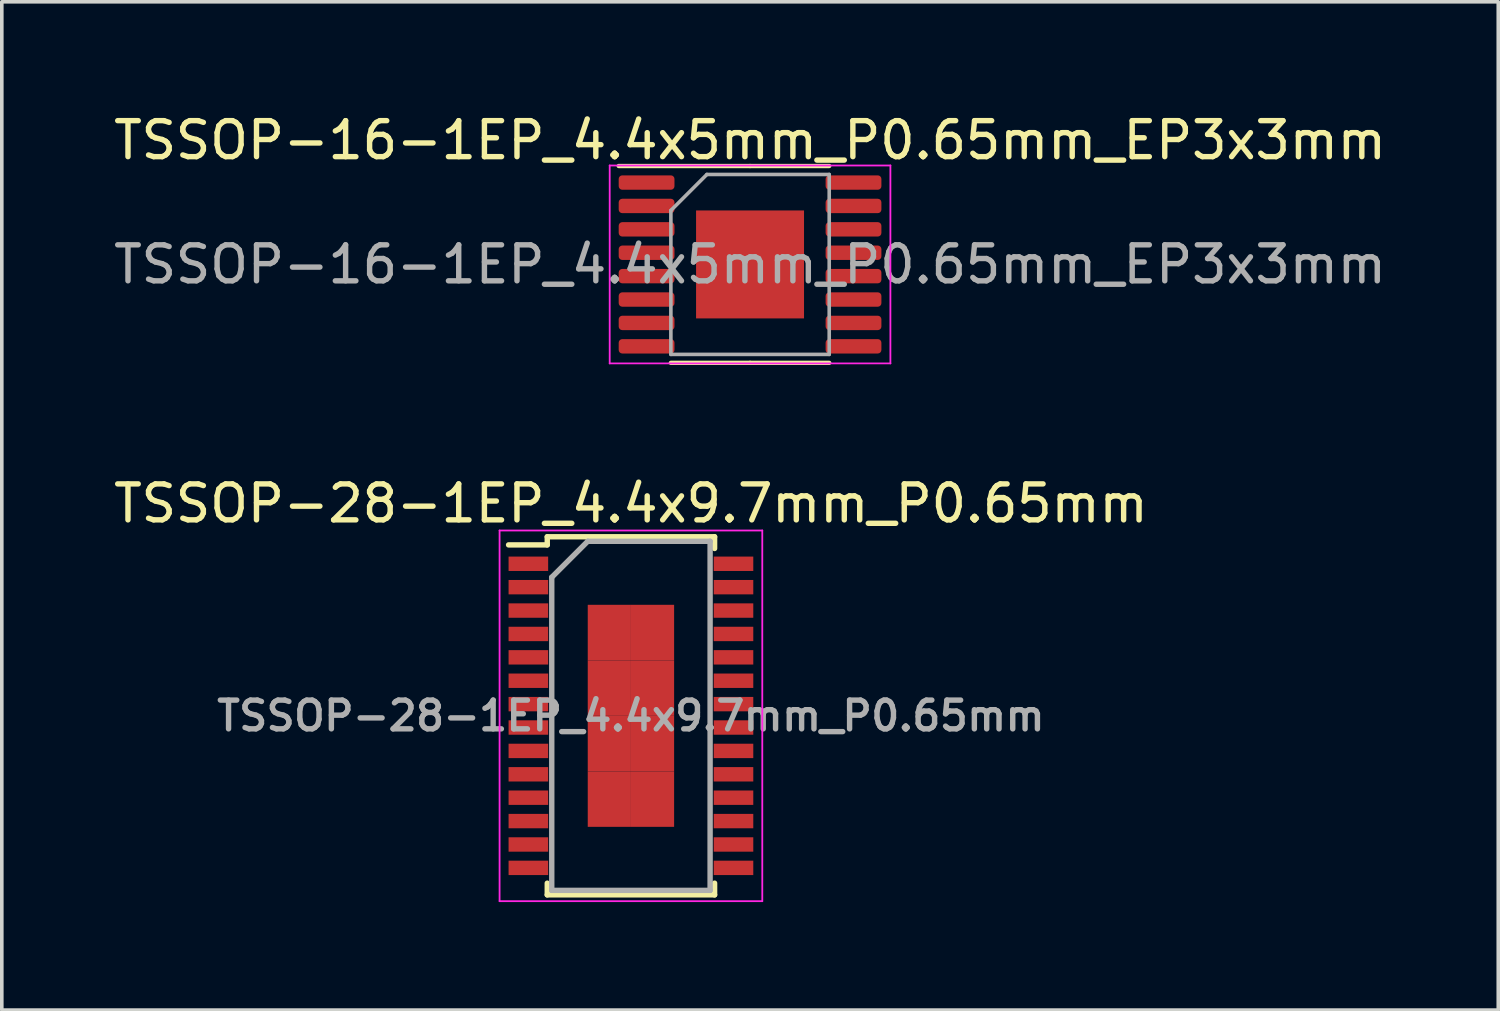
<source format=kicad_pcb>
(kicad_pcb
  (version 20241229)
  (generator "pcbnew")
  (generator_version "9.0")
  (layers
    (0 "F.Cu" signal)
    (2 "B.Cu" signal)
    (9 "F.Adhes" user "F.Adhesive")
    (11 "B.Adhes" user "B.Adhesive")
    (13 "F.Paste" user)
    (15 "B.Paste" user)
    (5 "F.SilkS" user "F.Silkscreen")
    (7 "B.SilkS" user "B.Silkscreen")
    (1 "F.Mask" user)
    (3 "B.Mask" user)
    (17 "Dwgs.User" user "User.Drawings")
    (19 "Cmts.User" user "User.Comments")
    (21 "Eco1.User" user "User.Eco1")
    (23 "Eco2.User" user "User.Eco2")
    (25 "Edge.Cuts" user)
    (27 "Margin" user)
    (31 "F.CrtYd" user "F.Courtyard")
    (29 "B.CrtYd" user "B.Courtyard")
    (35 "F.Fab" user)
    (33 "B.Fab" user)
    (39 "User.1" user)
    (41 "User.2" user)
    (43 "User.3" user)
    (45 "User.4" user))
  (footprint "TSSOP-28-1EP_4.4x9.7mm_P0.65mm"
    (layer "F.Cu")
    (at 14.482 16.841)
    (property "Reference" "TSSOP-28-1EP_4.4x9.7mm_P0.65mm" (at 0 -5.9 0) (layer "F.SilkS") (effects (font (size 1 1) (thickness 0.15))))
    (attr smd)
    (fp_line (start -2.325 -4.975) (end -2.325 -4.75) (stroke (width 0.15) (type solid)) (layer "F.SilkS"))
    (fp_line (start -2.325 -4.975) (end 2.325 -4.975) (stroke (width 0.15) (type solid)) (layer "F.SilkS"))
    (fp_line (start -2.325 -4.75) (end -3.4 -4.75) (stroke (width 0.15) (type solid)) (layer "F.SilkS"))
    (fp_line (start -2.325 4.975) (end -2.325 4.65) (stroke (width 0.15) (type solid)) (layer "F.SilkS"))
    (fp_line (start -2.325 4.975) (end 2.325 4.975) (stroke (width 0.15) (type solid)) (layer "F.SilkS"))
    (fp_line (start 2.325 -4.975) (end 2.325 -4.65) (stroke (width 0.15) (type solid)) (layer "F.SilkS"))
    (fp_line (start 2.325 4.975) (end 2.325 4.65) (stroke (width 0.15) (type solid)) (layer "F.SilkS"))
    (fp_line (start -3.65 -5.15) (end -3.65 5.15) (stroke (width 0.05) (type solid)) (layer "F.CrtYd"))
    (fp_line (start -3.65 -5.15) (end 3.65 -5.15) (stroke (width 0.05) (type solid)) (layer "F.CrtYd"))
    (fp_line (start -3.65 5.15) (end 3.65 5.15) (stroke (width 0.05) (type solid)) (layer "F.CrtYd"))
    (fp_line (start 3.65 -5.15) (end 3.65 5.15) (stroke (width 0.05) (type solid)) (layer "F.CrtYd"))
    (fp_line (start -2.2 -3.85) (end -1.2 -4.85) (stroke (width 0.15) (type solid)) (layer "F.Fab"))
    (fp_line (start -2.2 4.85) (end -2.2 -3.85) (stroke (width 0.15) (type solid)) (layer "F.Fab"))
    (fp_line (start -1.2 -4.85) (end 2.2 -4.85) (stroke (width 0.15) (type solid)) (layer "F.Fab"))
    (fp_line (start 2.2 -4.85) (end 2.2 4.85) (stroke (width 0.15) (type solid)) (layer "F.Fab"))
    (fp_line (start 2.2 4.85) (end -2.2 4.85) (stroke (width 0.15) (type solid)) (layer "F.Fab"))
    (fp_text user "${REFERENCE}" (at 0 0 0) (layer "F.Fab") (effects (font (size 0.8 0.8) (thickness 0.15))))
    (pad "1" smd rect (at -2.85 -4.225) (size 1.1 0.4) (layers "F.Cu" "F.Mask" "F.Paste"))
    (pad "2" smd rect (at -2.85 -3.575) (size 1.1 0.4) (layers "F.Cu" "F.Mask" "F.Paste"))
    (pad "3" smd rect (at -2.85 -2.925) (size 1.1 0.4) (layers "F.Cu" "F.Mask" "F.Paste"))
    (pad "4" smd rect (at -2.85 -2.275) (size 1.1 0.4) (layers "F.Cu" "F.Mask" "F.Paste"))
    (pad "5" smd rect (at -2.85 -1.625) (size 1.1 0.4) (layers "F.Cu" "F.Mask" "F.Paste"))
    (pad "6" smd rect (at -2.85 -0.975) (size 1.1 0.4) (layers "F.Cu" "F.Mask" "F.Paste"))
    (pad "7" smd rect (at -2.85 -0.325) (size 1.1 0.4) (layers "F.Cu" "F.Mask" "F.Paste"))
    (pad "8" smd rect (at -2.85 0.325) (size 1.1 0.4) (layers "F.Cu" "F.Mask" "F.Paste"))
    (pad "9" smd rect (at -2.85 0.975) (size 1.1 0.4) (layers "F.Cu" "F.Mask" "F.Paste"))
    (pad "10" smd rect (at -2.85 1.625) (size 1.1 0.4) (layers "F.Cu" "F.Mask" "F.Paste"))
    (pad "11" smd rect (at -2.85 2.275) (size 1.1 0.4) (layers "F.Cu" "F.Mask" "F.Paste"))
    (pad "12" smd rect (at -2.85 2.925) (size 1.1 0.4) (layers "F.Cu" "F.Mask" "F.Paste"))
    (pad "13" smd rect (at -2.85 3.575) (size 1.1 0.4) (layers "F.Cu" "F.Mask" "F.Paste"))
    (pad "14" smd rect (at -2.85 4.225) (size 1.1 0.4) (layers "F.Cu" "F.Mask" "F.Paste"))
    (pad "15" smd rect (at 2.85 4.225) (size 1.1 0.4) (layers "F.Cu" "F.Mask" "F.Paste"))
    (pad "16" smd rect (at 2.85 3.575) (size 1.1 0.4) (layers "F.Cu" "F.Mask" "F.Paste"))
    (pad "17" smd rect (at 2.85 2.925) (size 1.1 0.4) (layers "F.Cu" "F.Mask" "F.Paste"))
    (pad "18" smd rect (at 2.85 2.275) (size 1.1 0.4) (layers "F.Cu" "F.Mask" "F.Paste"))
    (pad "19" smd rect (at 2.85 1.625) (size 1.1 0.4) (layers "F.Cu" "F.Mask" "F.Paste"))
    (pad "20" smd rect (at 2.85 0.975) (size 1.1 0.4) (layers "F.Cu" "F.Mask" "F.Paste"))
    (pad "21" smd rect (at 2.85 0.325) (size 1.1 0.4) (layers "F.Cu" "F.Mask" "F.Paste"))
    (pad "22" smd rect (at 2.85 -0.325) (size 1.1 0.4) (layers "F.Cu" "F.Mask" "F.Paste"))
    (pad "23" smd rect (at 2.85 -0.975) (size 1.1 0.4) (layers "F.Cu" "F.Mask" "F.Paste"))
    (pad "24" smd rect (at 2.85 -1.625) (size 1.1 0.4) (layers "F.Cu" "F.Mask" "F.Paste"))
    (pad "25" smd rect (at 2.85 -2.275) (size 1.1 0.4) (layers "F.Cu" "F.Mask" "F.Paste"))
    (pad "26" smd rect (at 2.85 -2.925) (size 1.1 0.4) (layers "F.Cu" "F.Mask" "F.Paste"))
    (pad "27" smd rect (at 2.85 -3.575) (size 1.1 0.4) (layers "F.Cu" "F.Mask" "F.Paste"))
    (pad "28" smd rect (at 2.85 -4.225) (size 1.1 0.4) (layers "F.Cu" "F.Mask" "F.Paste"))
    (pad "29" smd rect (at -0.6 -2.314) (size 1.2 1.542) (layers "F.Cu" "F.Mask" "F.Paste"))
    (pad "29" smd rect (at -0.6 -0.771) (size 1.2 1.542) (layers "F.Cu" "F.Mask" "F.Paste"))
    (pad "29" smd rect (at -0.6 0.771) (size 1.2 1.542) (layers "F.Cu" "F.Mask" "F.Paste"))
    (pad "29" smd rect (at -0.6 2.314) (size 1.2 1.542) (layers "F.Cu" "F.Mask" "F.Paste"))
    (pad "29" smd rect (at 0.6 -2.314) (size 1.2 1.542) (layers "F.Cu" "F.Mask" "F.Paste"))
    (pad "29" smd rect (at 0.6 -0.771) (size 1.2 1.542) (layers "F.Cu" "F.Mask" "F.Paste"))
    (pad "29" smd rect (at 0.6 0.771) (size 1.2 1.542) (layers "F.Cu" "F.Mask" "F.Paste"))
    (pad "29" smd rect (at 0.6 2.314) (size 1.2 1.542) (layers "F.Cu" "F.Mask" "F.Paste")))
  (footprint "TSSOP-16-1EP_4.4x5mm_P0.65mm_EP3x3mm"
    (layer "F.Cu")
    (at 17.792 4.298)
    (property "Reference" "TSSOP-16-1EP_4.4x5mm_P0.65mm_EP3x3mm" (at 0 -3.45 0) (layer "F.SilkS") (effects (font (size 1 1) (thickness 0.15))))
    (attr smd)
    (fp_line (start 0 -2.735) (end -3.65 -2.735) (stroke (width 0.12) (type solid)) (layer "F.SilkS"))
    (fp_line (start 0 -2.735) (end 2.2 -2.735) (stroke (width 0.12) (type solid)) (layer "F.SilkS"))
    (fp_line (start 0 2.735) (end -2.2 2.735) (stroke (width 0.12) (type solid)) (layer "F.SilkS"))
    (fp_line (start 0 2.735) (end 2.2 2.735) (stroke (width 0.12) (type solid)) (layer "F.SilkS"))
    (fp_line (start -3.9 -2.75) (end -3.9 2.75) (stroke (width 0.05) (type solid)) (layer "F.CrtYd"))
    (fp_line (start -3.9 2.75) (end 3.9 2.75) (stroke (width 0.05) (type solid)) (layer "F.CrtYd"))
    (fp_line (start 3.9 -2.75) (end -3.9 -2.75) (stroke (width 0.05) (type solid)) (layer "F.CrtYd"))
    (fp_line (start 3.9 2.75) (end 3.9 -2.75) (stroke (width 0.05) (type solid)) (layer "F.CrtYd"))
    (fp_line (start -2.2 -1.5) (end -1.2 -2.5) (stroke (width 0.1) (type solid)) (layer "F.Fab"))
    (fp_line (start -2.2 2.5) (end -2.2 -1.5) (stroke (width 0.1) (type solid)) (layer "F.Fab"))
    (fp_line (start -1.2 -2.5) (end 2.2 -2.5) (stroke (width 0.1) (type solid)) (layer "F.Fab"))
    (fp_line (start 2.2 -2.5) (end 2.2 2.5) (stroke (width 0.1) (type solid)) (layer "F.Fab"))
    (fp_line (start 2.2 2.5) (end -2.2 2.5) (stroke (width 0.1) (type solid)) (layer "F.Fab"))
    (fp_text user "${REFERENCE}" (at 0 0 0) (layer "F.Fab") (effects (font (size 1 1) (thickness 0.15))))
    (pad "" smd roundrect (at 0 0) (size 2.42 2.42) (layers "F.Paste") (roundrect_rratio 0.103))
    (pad "1" smd roundrect (at -2.875 -2.275) (size 1.55 0.4) (layers "F.Cu" "F.Mask" "F.Paste") (roundrect_rratio 0.25))
    (pad "2" smd roundrect (at -2.875 -1.625) (size 1.55 0.4) (layers "F.Cu" "F.Mask" "F.Paste") (roundrect_rratio 0.25))
    (pad "3" smd roundrect (at -2.875 -0.975) (size 1.55 0.4) (layers "F.Cu" "F.Mask" "F.Paste") (roundrect_rratio 0.25))
    (pad "4" smd roundrect (at -2.875 -0.325) (size 1.55 0.4) (layers "F.Cu" "F.Mask" "F.Paste") (roundrect_rratio 0.25))
    (pad "5" smd roundrect (at -2.875 0.325) (size 1.55 0.4) (layers "F.Cu" "F.Mask" "F.Paste") (roundrect_rratio 0.25))
    (pad "6" smd roundrect (at -2.875 0.975) (size 1.55 0.4) (layers "F.Cu" "F.Mask" "F.Paste") (roundrect_rratio 0.25))
    (pad "7" smd roundrect (at -2.875 1.625) (size 1.55 0.4) (layers "F.Cu" "F.Mask" "F.Paste") (roundrect_rratio 0.25))
    (pad "8" smd roundrect (at -2.875 2.275) (size 1.55 0.4) (layers "F.Cu" "F.Mask" "F.Paste") (roundrect_rratio 0.25))
    (pad "9" smd roundrect (at 2.875 2.275) (size 1.55 0.4) (layers "F.Cu" "F.Mask" "F.Paste") (roundrect_rratio 0.25))
    (pad "10" smd roundrect (at 2.875 1.625) (size 1.55 0.4) (layers "F.Cu" "F.Mask" "F.Paste") (roundrect_rratio 0.25))
    (pad "11" smd roundrect (at 2.875 0.975) (size 1.55 0.4) (layers "F.Cu" "F.Mask" "F.Paste") (roundrect_rratio 0.25))
    (pad "12" smd roundrect (at 2.875 0.325) (size 1.55 0.4) (layers "F.Cu" "F.Mask" "F.Paste") (roundrect_rratio 0.25))
    (pad "13" smd roundrect (at 2.875 -0.325) (size 1.55 0.4) (layers "F.Cu" "F.Mask" "F.Paste") (roundrect_rratio 0.25))
    (pad "14" smd roundrect (at 2.875 -0.975) (size 1.55 0.4) (layers "F.Cu" "F.Mask" "F.Paste") (roundrect_rratio 0.25))
    (pad "15" smd roundrect (at 2.875 -1.625) (size 1.55 0.4) (layers "F.Cu" "F.Mask" "F.Paste") (roundrect_rratio 0.25))
    (pad "16" smd roundrect (at 2.875 -2.275) (size 1.55 0.4) (layers "F.Cu" "F.Mask" "F.Paste") (roundrect_rratio 0.25))
    (pad "17" smd rect (at 0 0) (size 3 3) (layers "F.Cu" "F.Mask")))
  (gr_rect
    (start -3 -3)
    (end 38.583 25.017)
    (stroke (width 0.1) (type default))
    (fill no)
    (layer "Edge.Cuts")))
</source>
